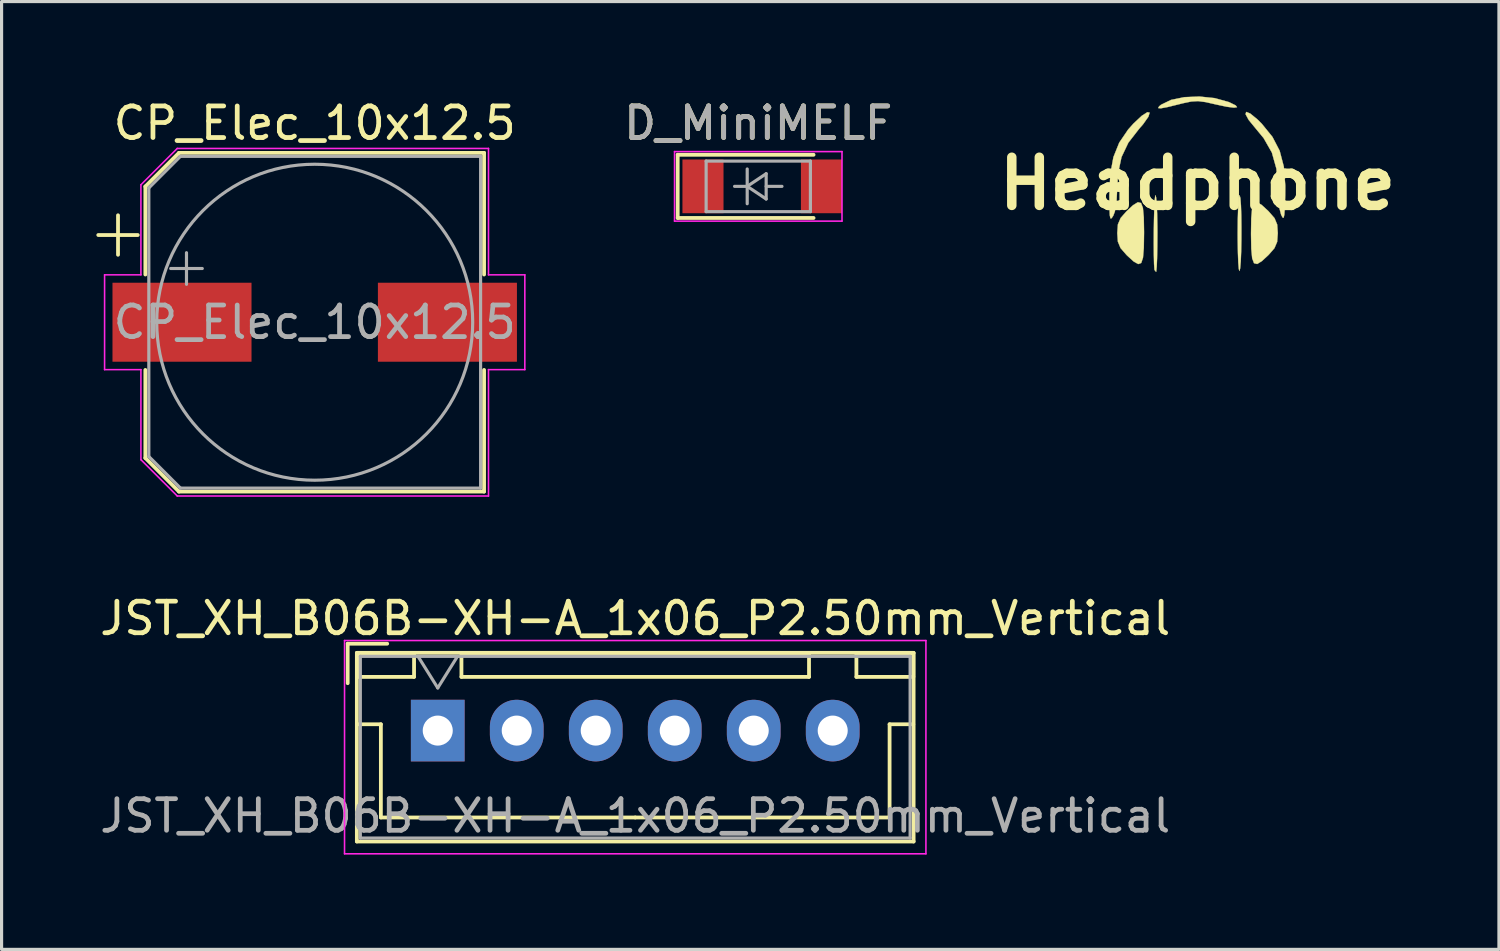
<source format=kicad_pcb>
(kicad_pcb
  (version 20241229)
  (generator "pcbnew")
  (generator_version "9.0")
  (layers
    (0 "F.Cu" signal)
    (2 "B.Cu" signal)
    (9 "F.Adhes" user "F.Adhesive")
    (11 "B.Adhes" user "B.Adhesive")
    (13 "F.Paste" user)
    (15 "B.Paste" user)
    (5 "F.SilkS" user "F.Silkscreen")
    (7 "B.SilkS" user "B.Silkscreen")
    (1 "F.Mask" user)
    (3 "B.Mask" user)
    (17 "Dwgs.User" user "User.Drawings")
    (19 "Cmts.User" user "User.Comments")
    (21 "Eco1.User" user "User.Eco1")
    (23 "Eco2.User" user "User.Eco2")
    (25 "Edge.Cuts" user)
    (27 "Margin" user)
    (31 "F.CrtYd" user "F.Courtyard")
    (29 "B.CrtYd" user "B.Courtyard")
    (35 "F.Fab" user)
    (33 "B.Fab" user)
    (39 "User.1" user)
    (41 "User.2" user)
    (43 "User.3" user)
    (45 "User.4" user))
  (footprint "Headphone"
    (layer "F.Cu")
    (at 34.85 2.761)
    (property "Reference" "Headphone" (at 0 0 0) (layer "F.SilkS") (effects (font (size 1.524 1.524) (thickness 0.3))))
    (attr through_hole)
    (fp_poly (pts (xy 1.357 0.463) (xy 1.374 0.689) (xy 1.385 1.008) (xy 1.389 1.383) (xy 1.388 1.776) (xy 1.381 2.149) (xy 1.368 2.463) (xy 1.349 2.682) (xy 1.327 2.765) (xy 1.307 2.706) (xy 1.29 2.505) (xy 1.278 2.191) (xy 1.271 1.791) (xy 1.27 1.575) (xy 1.274 1.142) (xy 1.285 0.779) (xy 1.302 0.515) (xy 1.323 0.38) (xy 1.333 0.368) (xy 1.357 0.463)) (stroke (width 0.01) (type solid)) (fill yes) (layer "F.SilkS"))
    (fp_poly (pts (xy -1.788 0.614) (xy -1.729 0.769) (xy -1.701 1.067) (xy -1.693 1.521) (xy -1.693 1.566) (xy -1.7 2.034) (xy -1.726 2.344) (xy -1.782 2.511) (xy -1.878 2.546) (xy -2.024 2.463) (xy -2.232 2.273) (xy -2.252 2.252) (xy -2.437 2.039) (xy -2.521 1.837) (xy -2.54 1.566) (xy -2.52 1.29) (xy -2.434 1.089) (xy -2.252 0.881) (xy -2.039 0.682) (xy -1.888 0.589) (xy -1.788 0.614)) (stroke (width 0.01) (type solid)) (fill yes) (layer "F.SilkS"))
    (fp_poly (pts (xy 2.024 0.67) (xy 2.232 0.86) (xy 2.252 0.881) (xy 2.437 1.094) (xy 2.521 1.296) (xy 2.54 1.566) (xy 2.52 1.842) (xy 2.434 2.044) (xy 2.252 2.252) (xy 2.039 2.45) (xy 1.888 2.544) (xy 1.788 2.519) (xy 1.729 2.364) (xy 1.701 2.066) (xy 1.693 1.612) (xy 1.693 1.566) (xy 1.7 1.099) (xy 1.726 0.788) (xy 1.782 0.622) (xy 1.878 0.587) (xy 2.024 0.67)) (stroke (width 0.01) (type solid)) (fill yes) (layer "F.SilkS"))
    (fp_poly (pts (xy -1.311 0.433) (xy -1.292 0.64) (xy -1.278 0.958) (xy -1.271 1.361) (xy -1.27 1.561) (xy -1.273 1.996) (xy -1.28 2.364) (xy -1.292 2.635) (xy -1.306 2.778) (xy -1.312 2.794) (xy -1.363 2.731) (xy -1.363 2.731) (xy -1.376 2.544) (xy -1.383 2.253) (xy -1.386 1.893) (xy -1.384 1.502) (xy -1.378 1.119) (xy -1.368 0.779) (xy -1.355 0.521) (xy -1.339 0.382) (xy -1.333 0.368) (xy -1.311 0.433)) (stroke (width 0.01) (type solid)) (fill yes) (layer "F.SilkS"))
    (fp_poly (pts (xy 0.541 -2.706) (xy 0.978 -2.585) (xy 1.008 -2.573) (xy 1.206 -2.476) (xy 1.251 -2.419) (xy 1.154 -2.404) (xy 0.928 -2.432) (xy 0.585 -2.505) (xy 0.255 -2.58) (xy 0.016 -2.611) (xy -0.201 -2.598) (xy -0.469 -2.542) (xy -0.586 -2.512) (xy -0.948 -2.423) (xy -1.163 -2.383) (xy -1.247 -2.391) (xy -1.215 -2.446) (xy -1.153 -2.497) (xy -0.839 -2.649) (xy -0.418 -2.736) (xy 0.059 -2.756) (xy 0.541 -2.706)) (stroke (width 0.01) (type solid)) (fill yes) (layer "F.SilkS"))
    (fp_poly (pts (xy -1.515 -2.246) (xy -1.556 -2.116) (xy -1.723 -1.879) (xy -1.851 -1.732) (xy -2.19 -1.295) (xy -2.406 -0.84) (xy -2.517 -0.317) (xy -2.543 0.163) (xy -2.564 0.575) (xy -2.617 0.886) (xy -2.667 1.016) (xy -2.721 1.098) (xy -2.757 1.1) (xy -2.777 1.002) (xy -2.787 0.781) (xy -2.791 0.415) (xy -2.791 0.363) (xy -2.762 -0.299) (xy -2.662 -0.839) (xy -2.478 -1.297) (xy -2.197 -1.71) (xy -2.031 -1.897) (xy -1.764 -2.147) (xy -1.588 -2.26) (xy -1.515 -2.246)) (stroke (width 0.01) (type solid)) (fill yes) (layer "F.SilkS"))
    (fp_poly (pts (xy 1.668 -2.218) (xy 1.893 -2.034) (xy 2.031 -1.897) (xy 2.37 -1.48) (xy 2.599 -1.04) (xy 2.731 -0.537) (xy 2.778 0.067) (xy 2.776 0.367) (xy 2.763 0.746) (xy 2.748 0.977) (xy 2.726 1.079) (xy 2.692 1.074) (xy 2.646 0.987) (xy 2.593 0.785) (xy 2.555 0.48) (xy 2.54 0.138) (xy 2.54 0.138) (xy 2.496 -0.472) (xy 2.353 -0.982) (xy 2.092 -1.44) (xy 1.851 -1.732) (xy 1.619 -2.015) (xy 1.52 -2.198) (xy 1.54 -2.269) (xy 1.668 -2.218)) (stroke (width 0.01) (type solid)) (fill yes) (layer "F.SilkS")))
  (footprint "D_MiniMELF"
    (layer "F.Cu")
    (at 20.948 2.848)
    (property "Reference" "D_MiniMELF" (at 0 -2 0) (layer "F.SilkS") (effects (font (size 1 1) (thickness 0.15))))
    (attr smd)
    (fp_line (start -2.55 -1) (end -2.55 1) (stroke (width 0.12) (type solid)) (layer "F.SilkS"))
    (fp_line (start -2.55 1) (end 1.75 1) (stroke (width 0.12) (type solid)) (layer "F.SilkS"))
    (fp_line (start 1.75 -1) (end -2.55 -1) (stroke (width 0.12) (type solid)) (layer "F.SilkS"))
    (fp_line (start -2.65 -1.1) (end 2.65 -1.1) (stroke (width 0.05) (type solid)) (layer "F.CrtYd"))
    (fp_line (start -2.65 1.1) (end -2.65 -1.1) (stroke (width 0.05) (type solid)) (layer "F.CrtYd"))
    (fp_line (start 2.65 -1.1) (end 2.65 1.1) (stroke (width 0.05) (type solid)) (layer "F.CrtYd"))
    (fp_line (start 2.65 1.1) (end -2.65 1.1) (stroke (width 0.05) (type solid)) (layer "F.CrtYd"))
    (fp_line (start -1.65 -0.8) (end 1.65 -0.8) (stroke (width 0.1) (type solid)) (layer "F.Fab"))
    (fp_line (start -1.65 0.8) (end -1.65 -0.8) (stroke (width 0.1) (type solid)) (layer "F.Fab"))
    (fp_line (start -0.75 0) (end -0.35 0) (stroke (width 0.1) (type solid)) (layer "F.Fab"))
    (fp_line (start -0.35 0) (end -0.35 -0.55) (stroke (width 0.1) (type solid)) (layer "F.Fab"))
    (fp_line (start -0.35 0) (end -0.35 0.55) (stroke (width 0.1) (type solid)) (layer "F.Fab"))
    (fp_line (start -0.35 0) (end 0.25 -0.4) (stroke (width 0.1) (type solid)) (layer "F.Fab"))
    (fp_line (start 0.25 -0.4) (end 0.25 0.4) (stroke (width 0.1) (type solid)) (layer "F.Fab"))
    (fp_line (start 0.25 0) (end 0.75 0) (stroke (width 0.1) (type solid)) (layer "F.Fab"))
    (fp_line (start 0.25 0.4) (end -0.35 0) (stroke (width 0.1) (type solid)) (layer "F.Fab"))
    (fp_line (start 1.65 -0.8) (end 1.65 0.8) (stroke (width 0.1) (type solid)) (layer "F.Fab"))
    (fp_line (start 1.65 0.8) (end -1.65 0.8) (stroke (width 0.1) (type solid)) (layer "F.Fab"))
    (fp_text user "${REFERENCE}" (at 0 -2 0) (layer "F.Fab") (effects (font (size 1 1) (thickness 0.15))))
    (pad "1" smd rect (at -1.75 0) (size 1.3 1.7) (layers "F.Cu" "F.Mask" "F.Paste"))
    (pad "2" smd rect (at 2 0) (size 1.3 1.7) (layers "F.Cu" "F.Mask" "F.Paste")))
  (footprint "CP_Elec_10x12.5"
    (layer "F.Cu")
    (at 6.91 7.148)
    (property "Reference" "CP_Elec_10x12.5" (at 0 -6.3 0) (layer "F.SilkS") (effects (font (size 1 1) (thickness 0.15))))
    (attr smd)
    (fp_line (start -6.85 -2.76) (end -5.6 -2.76) (stroke (width 0.12) (type solid)) (layer "F.SilkS"))
    (fp_line (start -6.225 -3.385) (end -6.225 -2.135) (stroke (width 0.12) (type solid)) (layer "F.SilkS"))
    (fp_line (start -5.36 -4.296) (end -5.36 -1.51) (stroke (width 0.12) (type solid)) (layer "F.SilkS"))
    (fp_line (start -5.36 -4.296) (end -4.296 -5.36) (stroke (width 0.12) (type solid)) (layer "F.SilkS"))
    (fp_line (start -5.36 4.296) (end -5.36 1.51) (stroke (width 0.12) (type solid)) (layer "F.SilkS"))
    (fp_line (start -5.36 4.296) (end -4.296 5.36) (stroke (width 0.12) (type solid)) (layer "F.SilkS"))
    (fp_line (start -4.296 -5.36) (end 5.36 -5.36) (stroke (width 0.12) (type solid)) (layer "F.SilkS"))
    (fp_line (start -4.296 5.36) (end 5.36 5.36) (stroke (width 0.12) (type solid)) (layer "F.SilkS"))
    (fp_line (start 5.36 -5.36) (end 5.36 -1.51) (stroke (width 0.12) (type solid)) (layer "F.SilkS"))
    (fp_line (start 5.36 5.36) (end 5.36 1.51) (stroke (width 0.12) (type solid)) (layer "F.SilkS"))
    (fp_line (start -6.65 -1.5) (end -6.65 1.5) (stroke (width 0.05) (type solid)) (layer "F.CrtYd"))
    (fp_line (start -6.65 1.5) (end -5.5 1.5) (stroke (width 0.05) (type solid)) (layer "F.CrtYd"))
    (fp_line (start -5.5 -4.35) (end -5.5 -1.5) (stroke (width 0.05) (type solid)) (layer "F.CrtYd"))
    (fp_line (start -5.5 -4.35) (end -4.35 -5.5) (stroke (width 0.05) (type solid)) (layer "F.CrtYd"))
    (fp_line (start -5.5 -1.5) (end -6.65 -1.5) (stroke (width 0.05) (type solid)) (layer "F.CrtYd"))
    (fp_line (start -5.5 1.5) (end -5.5 4.35) (stroke (width 0.05) (type solid)) (layer "F.CrtYd"))
    (fp_line (start -5.5 4.35) (end -4.35 5.5) (stroke (width 0.05) (type solid)) (layer "F.CrtYd"))
    (fp_line (start -4.35 -5.5) (end 5.5 -5.5) (stroke (width 0.05) (type solid)) (layer "F.CrtYd"))
    (fp_line (start -4.35 5.5) (end 5.5 5.5) (stroke (width 0.05) (type solid)) (layer "F.CrtYd"))
    (fp_line (start 5.5 -5.5) (end 5.5 -1.5) (stroke (width 0.05) (type solid)) (layer "F.CrtYd"))
    (fp_line (start 5.5 -1.5) (end 6.65 -1.5) (stroke (width 0.05) (type solid)) (layer "F.CrtYd"))
    (fp_line (start 5.5 1.5) (end 5.5 5.5) (stroke (width 0.05) (type solid)) (layer "F.CrtYd"))
    (fp_line (start 6.65 -1.5) (end 6.65 1.5) (stroke (width 0.05) (type solid)) (layer "F.CrtYd"))
    (fp_line (start 6.65 1.5) (end 5.5 1.5) (stroke (width 0.05) (type solid)) (layer "F.CrtYd"))
    (fp_line (start -5.25 -4.25) (end -5.25 4.25) (stroke (width 0.1) (type solid)) (layer "F.Fab"))
    (fp_line (start -5.25 -4.25) (end -4.25 -5.25) (stroke (width 0.1) (type solid)) (layer "F.Fab"))
    (fp_line (start -5.25 4.25) (end -4.25 5.25) (stroke (width 0.1) (type solid)) (layer "F.Fab"))
    (fp_line (start -4.558 -1.7) (end -3.558 -1.7) (stroke (width 0.1) (type solid)) (layer "F.Fab"))
    (fp_line (start -4.25 -5.25) (end 5.25 -5.25) (stroke (width 0.1) (type solid)) (layer "F.Fab"))
    (fp_line (start -4.25 5.25) (end 5.25 5.25) (stroke (width 0.1) (type solid)) (layer "F.Fab"))
    (fp_line (start -4.058 -2.2) (end -4.058 -1.2) (stroke (width 0.1) (type solid)) (layer "F.Fab"))
    (fp_line (start 5.25 -5.25) (end 5.25 5.25) (stroke (width 0.1) (type solid)) (layer "F.Fab"))
    (fp_circle (center 0 0) (end 5 0) (stroke (width 0.1) (type solid)) (fill no) (layer "F.Fab"))
    (fp_text user "${REFERENCE}" (at 0 0 0) (layer "F.Fab") (effects (font (size 1 1) (thickness 0.15))))
    (pad "1" smd rect (at -4.2 0) (size 4.4 2.5) (layers "F.Cu" "F.Mask" "F.Paste"))
    (pad "2" smd rect (at 4.2 0) (size 4.4 2.5) (layers "F.Cu" "F.Mask" "F.Paste")))
  (footprint "JST_XH_B06B-XH-A_1x06_P2.50mm_Vertical"
    (layer "F.Cu")
    (at 10.804 20.072)
    (property "Reference" "JST_XH_B06B-XH-A_1x06_P2.50mm_Vertical" (at 6.25 -3.55 0) (layer "F.SilkS") (effects (font (size 1 1) (thickness 0.15))))
    (attr through_hole)
    (fp_line (start -2.85 -2.75) (end -2.85 -1.5) (stroke (width 0.12) (type solid)) (layer "F.SilkS"))
    (fp_line (start -2.56 -2.46) (end -2.56 3.51) (stroke (width 0.12) (type solid)) (layer "F.SilkS"))
    (fp_line (start -2.56 3.51) (end 15.06 3.51) (stroke (width 0.12) (type solid)) (layer "F.SilkS"))
    (fp_line (start -2.55 -2.45) (end -2.55 -1.7) (stroke (width 0.12) (type solid)) (layer "F.SilkS"))
    (fp_line (start -2.55 -1.7) (end -0.75 -1.7) (stroke (width 0.12) (type solid)) (layer "F.SilkS"))
    (fp_line (start -2.55 -0.2) (end -1.8 -0.2) (stroke (width 0.12) (type solid)) (layer "F.SilkS"))
    (fp_line (start -1.8 -0.2) (end -1.8 2.75) (stroke (width 0.12) (type solid)) (layer "F.SilkS"))
    (fp_line (start -1.8 2.75) (end 6.25 2.75) (stroke (width 0.12) (type solid)) (layer "F.SilkS"))
    (fp_line (start -1.6 -2.75) (end -2.85 -2.75) (stroke (width 0.12) (type solid)) (layer "F.SilkS"))
    (fp_line (start -0.75 -2.45) (end -2.55 -2.45) (stroke (width 0.12) (type solid)) (layer "F.SilkS"))
    (fp_line (start -0.75 -1.7) (end -0.75 -2.45) (stroke (width 0.12) (type solid)) (layer "F.SilkS"))
    (fp_line (start 0.75 -2.45) (end 0.75 -1.7) (stroke (width 0.12) (type solid)) (layer "F.SilkS"))
    (fp_line (start 0.75 -1.7) (end 11.75 -1.7) (stroke (width 0.12) (type solid)) (layer "F.SilkS"))
    (fp_line (start 11.75 -2.45) (end 0.75 -2.45) (stroke (width 0.12) (type solid)) (layer "F.SilkS"))
    (fp_line (start 11.75 -1.7) (end 11.75 -2.45) (stroke (width 0.12) (type solid)) (layer "F.SilkS"))
    (fp_line (start 13.25 -2.45) (end 13.25 -1.7) (stroke (width 0.12) (type solid)) (layer "F.SilkS"))
    (fp_line (start 13.25 -1.7) (end 15.05 -1.7) (stroke (width 0.12) (type solid)) (layer "F.SilkS"))
    (fp_line (start 14.3 -0.2) (end 14.3 2.75) (stroke (width 0.12) (type solid)) (layer "F.SilkS"))
    (fp_line (start 14.3 2.75) (end 6.25 2.75) (stroke (width 0.12) (type solid)) (layer "F.SilkS"))
    (fp_line (start 15.05 -2.45) (end 13.25 -2.45) (stroke (width 0.12) (type solid)) (layer "F.SilkS"))
    (fp_line (start 15.05 -1.7) (end 15.05 -2.45) (stroke (width 0.12) (type solid)) (layer "F.SilkS"))
    (fp_line (start 15.05 -0.2) (end 14.3 -0.2) (stroke (width 0.12) (type solid)) (layer "F.SilkS"))
    (fp_line (start 15.06 -2.46) (end -2.56 -2.46) (stroke (width 0.12) (type solid)) (layer "F.SilkS"))
    (fp_line (start 15.06 3.51) (end 15.06 -2.46) (stroke (width 0.12) (type solid)) (layer "F.SilkS"))
    (fp_line (start -2.95 -2.85) (end -2.95 3.9) (stroke (width 0.05) (type solid)) (layer "F.CrtYd"))
    (fp_line (start -2.95 3.9) (end 15.45 3.9) (stroke (width 0.05) (type solid)) (layer "F.CrtYd"))
    (fp_line (start 15.45 -2.85) (end -2.95 -2.85) (stroke (width 0.05) (type solid)) (layer "F.CrtYd"))
    (fp_line (start 15.45 3.9) (end 15.45 -2.85) (stroke (width 0.05) (type solid)) (layer "F.CrtYd"))
    (fp_line (start -2.45 -2.35) (end -2.45 3.4) (stroke (width 0.1) (type solid)) (layer "F.Fab"))
    (fp_line (start -2.45 3.4) (end 14.95 3.4) (stroke (width 0.1) (type solid)) (layer "F.Fab"))
    (fp_line (start -0.625 -2.35) (end 0 -1.35) (stroke (width 0.1) (type solid)) (layer "F.Fab"))
    (fp_line (start 0 -1.35) (end 0.625 -2.35) (stroke (width 0.1) (type solid)) (layer "F.Fab"))
    (fp_line (start 14.95 -2.35) (end -2.45 -2.35) (stroke (width 0.1) (type solid)) (layer "F.Fab"))
    (fp_line (start 14.95 3.4) (end 14.95 -2.35) (stroke (width 0.1) (type solid)) (layer "F.Fab"))
    (fp_text user "${REFERENCE}" (at 6.25 2.7 0) (layer "F.Fab") (effects (font (size 1 1) (thickness 0.15))))
    (pad "1" thru_hole rect (at 0 0) (size 1.7 1.95) (drill 0.95) (layers "*.Cu" "*.Mask"))
    (pad "2" thru_hole oval (at 2.5 0) (size 1.7 1.95) (drill 0.95) (layers "*.Cu" "*.Mask"))
    (pad "3" thru_hole oval (at 5 0) (size 1.7 1.95) (drill 0.95) (layers "*.Cu" "*.Mask"))
    (pad "4" thru_hole oval (at 7.5 0) (size 1.7 1.95) (drill 0.95) (layers "*.Cu" "*.Mask"))
    (pad "5" thru_hole oval (at 10 0) (size 1.7 1.95) (drill 0.95) (layers "*.Cu" "*.Mask"))
    (pad "6" thru_hole oval (at 12.5 0) (size 1.7 1.95) (drill 0.95) (layers "*.Cu" "*.Mask")))
  (gr_rect
    (start -3 -3)
    (end 44.389 26.997)
    (stroke (width 0.1) (type default))
    (fill no)
    (layer "Edge.Cuts")))
</source>
